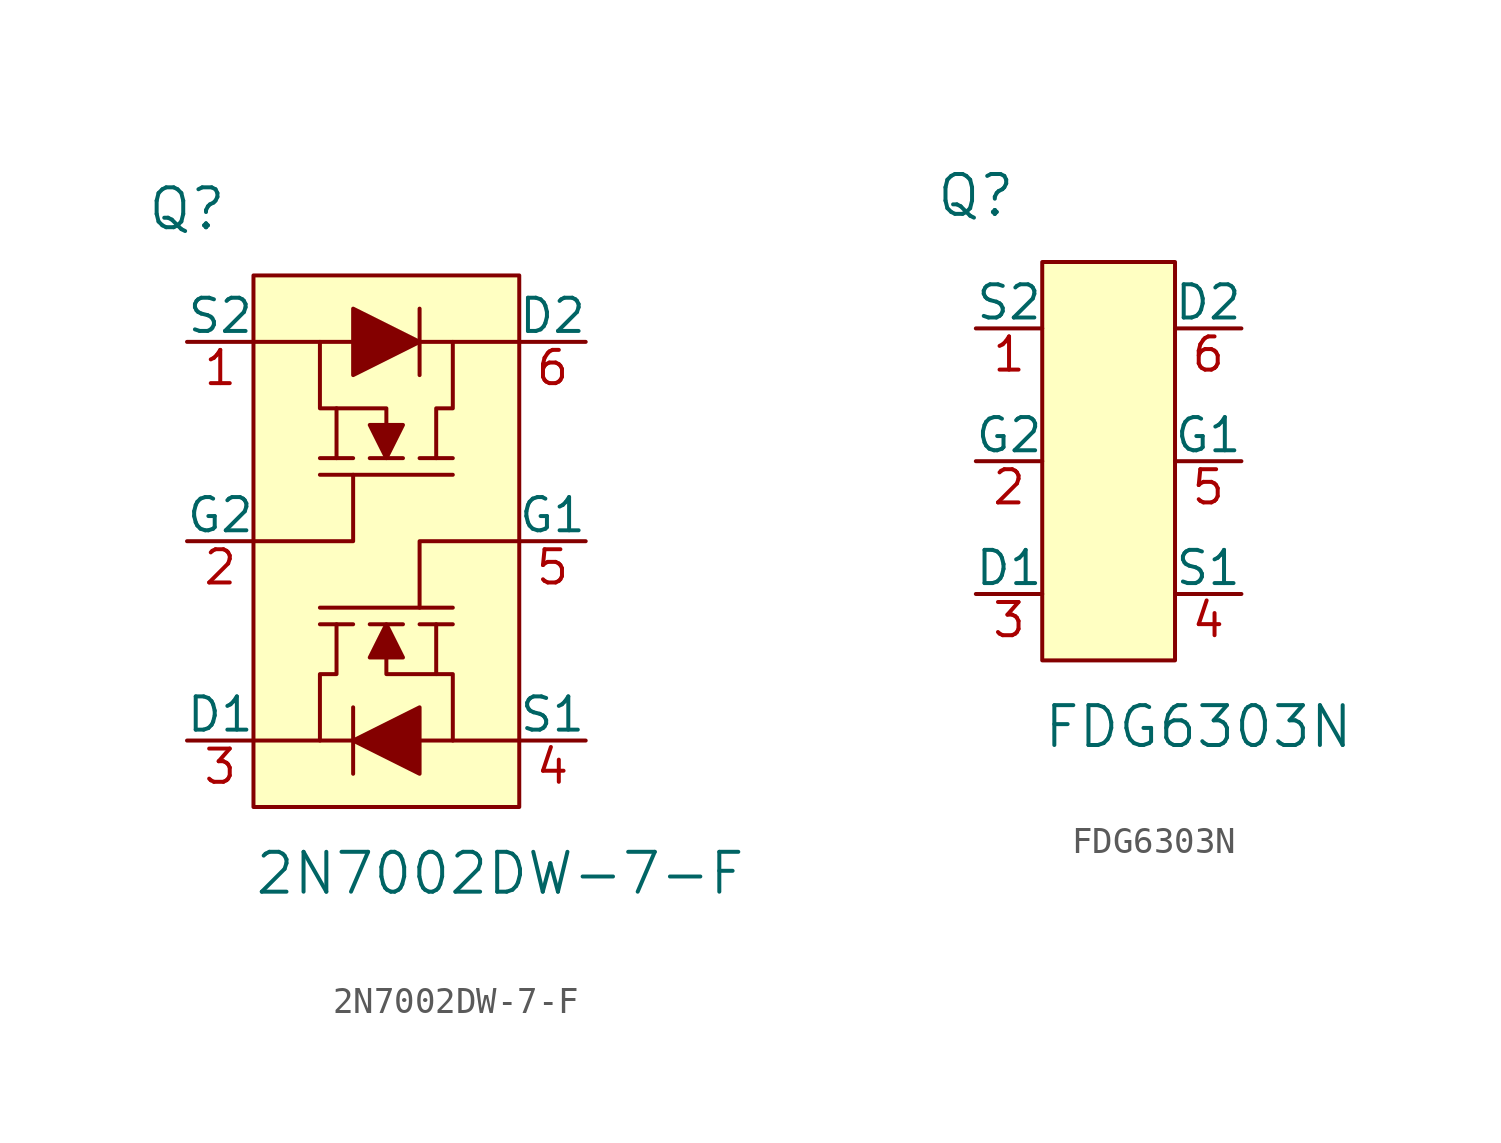
<source format=kicad_sym>
(kicad_symbol_lib
  (version 20220914)
  (generator kicad_symbol_editor)
  (symbol "2N7002DW-7-F"
    (pin_names
      (offset 0))
    (property "Reference" "Q"
      (at -7.62 10.16 0)
      (effects (font (size 1.524 1.524))))
    (property "Value" "2N7002DW-7-F"
      (at -5.08 -15.24 0)
      (effects (font (size 1.524 1.524)) (justify left)))
    (symbol "2N7002DW-7-F_0_1"
      (rectangle (start -5.08 7.62) (end 5.08 -12.7) (stroke (width 0) (type solid)) (fill (type background)))
      (polyline (pts (xy -5.08 -10.16) (xy -1.27 -10.16)) (stroke (width 0) (type solid)) (fill (type none)))
      (polyline (pts (xy -2.54 0) (xy 2.54 0)) (stroke (width 0) (type solid)) (fill (type none)))
      (polyline (pts (xy -1.27 -11.43) (xy -1.27 -8.89)) (stroke (width 0) (type solid)) (fill (type none)))
      (polyline (pts (xy -1.27 -5.715) (xy -2.54 -5.715)) (stroke (width 0) (type solid)) (fill (type none)))
      (polyline (pts (xy -1.27 0.635) (xy -2.54 0.635)) (stroke (width 0) (type solid)) (fill (type none)))
      (polyline (pts (xy -1.27 5.08) (xy -5.08 5.08)) (stroke (width 0) (type solid)) (fill (type none)))
      (polyline (pts (xy -0.635 0.635) (xy 0.635 0.635)) (stroke (width 0) (type solid)) (fill (type none)))
      (polyline (pts (xy 0.635 -5.715) (xy -0.635 -5.715)) (stroke (width 0) (type solid)) (fill (type none)))
      (polyline (pts (xy 1.27 -10.16) (xy 5.08 -10.16)) (stroke (width 0) (type solid)) (fill (type none)))
      (polyline (pts (xy 1.27 -5.715) (xy 2.54 -5.715)) (stroke (width 0) (type solid)) (fill (type none)))
      (polyline (pts (xy 1.27 0.635) (xy 2.54 0.635)) (stroke (width 0) (type solid)) (fill (type none)))
      (polyline (pts (xy 1.27 6.35) (xy 1.27 3.81)) (stroke (width 0) (type solid)) (fill (type none)))
      (polyline (pts (xy 2.54 -5.08) (xy -2.54 -5.08)) (stroke (width 0) (type solid)) (fill (type none)))
      (polyline (pts (xy 5.08 5.08) (xy 1.27 5.08)) (stroke (width 0) (type solid)) (fill (type none)))
      (polyline (pts (xy -5.08 -2.54) (xy -1.27 -2.54) (xy -1.27 0)) (stroke (width 0) (type solid)) (fill (type none)))
      (polyline (pts (xy -1.905 2.54) (xy -2.54 2.54) (xy -2.54 5.08)) (stroke (width 0) (type solid)) (fill (type none)))
      (polyline (pts (xy 1.905 -7.62) (xy 2.54 -7.62) (xy 2.54 -10.16)) (stroke (width 0) (type solid)) (fill (type none)))
      (polyline (pts (xy 5.08 -2.54) (xy 1.27 -2.54) (xy 1.27 -5.08)) (stroke (width 0) (type solid)) (fill (type none)))
      (polyline (pts (xy -1.905 -5.715) (xy -1.905 -7.62) (xy -2.54 -7.62) (xy -2.54 -10.16)) (stroke (width 0) (type solid)) (fill (type none)))
      (polyline (pts (xy -1.27 6.35) (xy -1.27 3.81) (xy 1.27 5.08) (xy -1.27 6.35)) (stroke (width 0) (type solid)) (fill (type outline)))
      (polyline (pts (xy -0.635 1.905) (xy 0 0.635) (xy 0.635 1.905) (xy -0.635 1.905)) (stroke (width 0) (type solid)) (fill (type outline)))
      (polyline (pts (xy 0 -6.985) (xy 0 -7.62) (xy 1.905 -7.62) (xy 1.905 -5.715)) (stroke (width 0) (type solid)) (fill (type none)))
      (polyline (pts (xy 0 1.905) (xy 0 2.54) (xy -1.905 2.54) (xy -1.905 0.635)) (stroke (width 0) (type solid)) (fill (type none)))
      (polyline (pts (xy 0.635 -6.985) (xy 0 -5.715) (xy -0.635 -6.985) (xy 0.635 -6.985)) (stroke (width 0) (type solid)) (fill (type outline)))
      (polyline (pts (xy 1.27 -11.43) (xy 1.27 -8.89) (xy -1.27 -10.16) (xy 1.27 -11.43)) (stroke (width 0) (type solid)) (fill (type outline)))
      (polyline (pts (xy 1.905 0.635) (xy 1.905 2.54) (xy 2.54 2.54) (xy 2.54 5.08)) (stroke (width 0) (type solid)) (fill (type none))))
    (symbol "2N7002DW-7-F_1_1"
      (pin input line (at -7.62 5.08 0) (length 2.54) (name "S2" (effects (font (size 1.27 1.27)))) (number "1" (effects (font (size 1.27 1.27)))))
      (pin input line (at -7.62 -2.54 0) (length 2.54) (name "G2" (effects (font (size 1.27 1.27)))) (number "2" (effects (font (size 1.27 1.27)))))
      (pin output line (at -7.62 -10.16 0) (length 2.54) (name "D1" (effects (font (size 1.27 1.27)))) (number "3" (effects (font (size 1.27 1.27)))))
      (pin input line (at 7.62 -10.16 180) (length 2.54) (name "S1" (effects (font (size 1.27 1.27)))) (number "4" (effects (font (size 1.27 1.27)))))
      (pin input line (at 7.62 -2.54 180) (length 2.54) (name "G1" (effects (font (size 1.27 1.27)))) (number "5" (effects (font (size 1.27 1.27)))))
      (pin output line (at 7.62 5.08 180) (length 2.54) (name "D2" (effects (font (size 1.27 1.27)))) (number "6" (effects (font (size 1.27 1.27)))))))
  (symbol "FDG6303N"
    (pin_names
      (offset 0))
    (property "Reference" "Q"
      (at -5.08 10.16 0)
      (effects (font (size 1.524 1.524))))
    (property "Value" "FDG6303N"
      (at -2.54 -10.16 0)
      (effects (font (size 1.524 1.524)) (justify left)))
    (symbol "FDG6303N_0_1"
      (rectangle (start -2.54 7.62) (end 2.54 -7.62) (stroke (width 0) (type solid)) (fill (type background))))
    (symbol "FDG6303N_1_1"
      (pin input line (at -5.08 5.08 0) (length 2.54) (name "S2" (effects (font (size 1.27 1.27)))) (number "1" (effects (font (size 1.27 1.27)))))
      (pin input line (at -5.08 0 0) (length 2.54) (name "G2" (effects (font (size 1.27 1.27)))) (number "2" (effects (font (size 1.27 1.27)))))
      (pin output line (at -5.08 -5.08 0) (length 2.54) (name "D1" (effects (font (size 1.27 1.27)))) (number "3" (effects (font (size 1.27 1.27)))))
      (pin input line (at 5.08 -5.08 180) (length 2.54) (name "S1" (effects (font (size 1.27 1.27)))) (number "4" (effects (font (size 1.27 1.27)))))
      (pin input line (at 5.08 0 180) (length 2.54) (name "G1" (effects (font (size 1.27 1.27)))) (number "5" (effects (font (size 1.27 1.27)))))
      (pin output line (at 5.08 5.08 180) (length 2.54) (name "D2" (effects (font (size 1.27 1.27)))) (number "6" (effects (font (size 1.27 1.27))))))))
</source>
